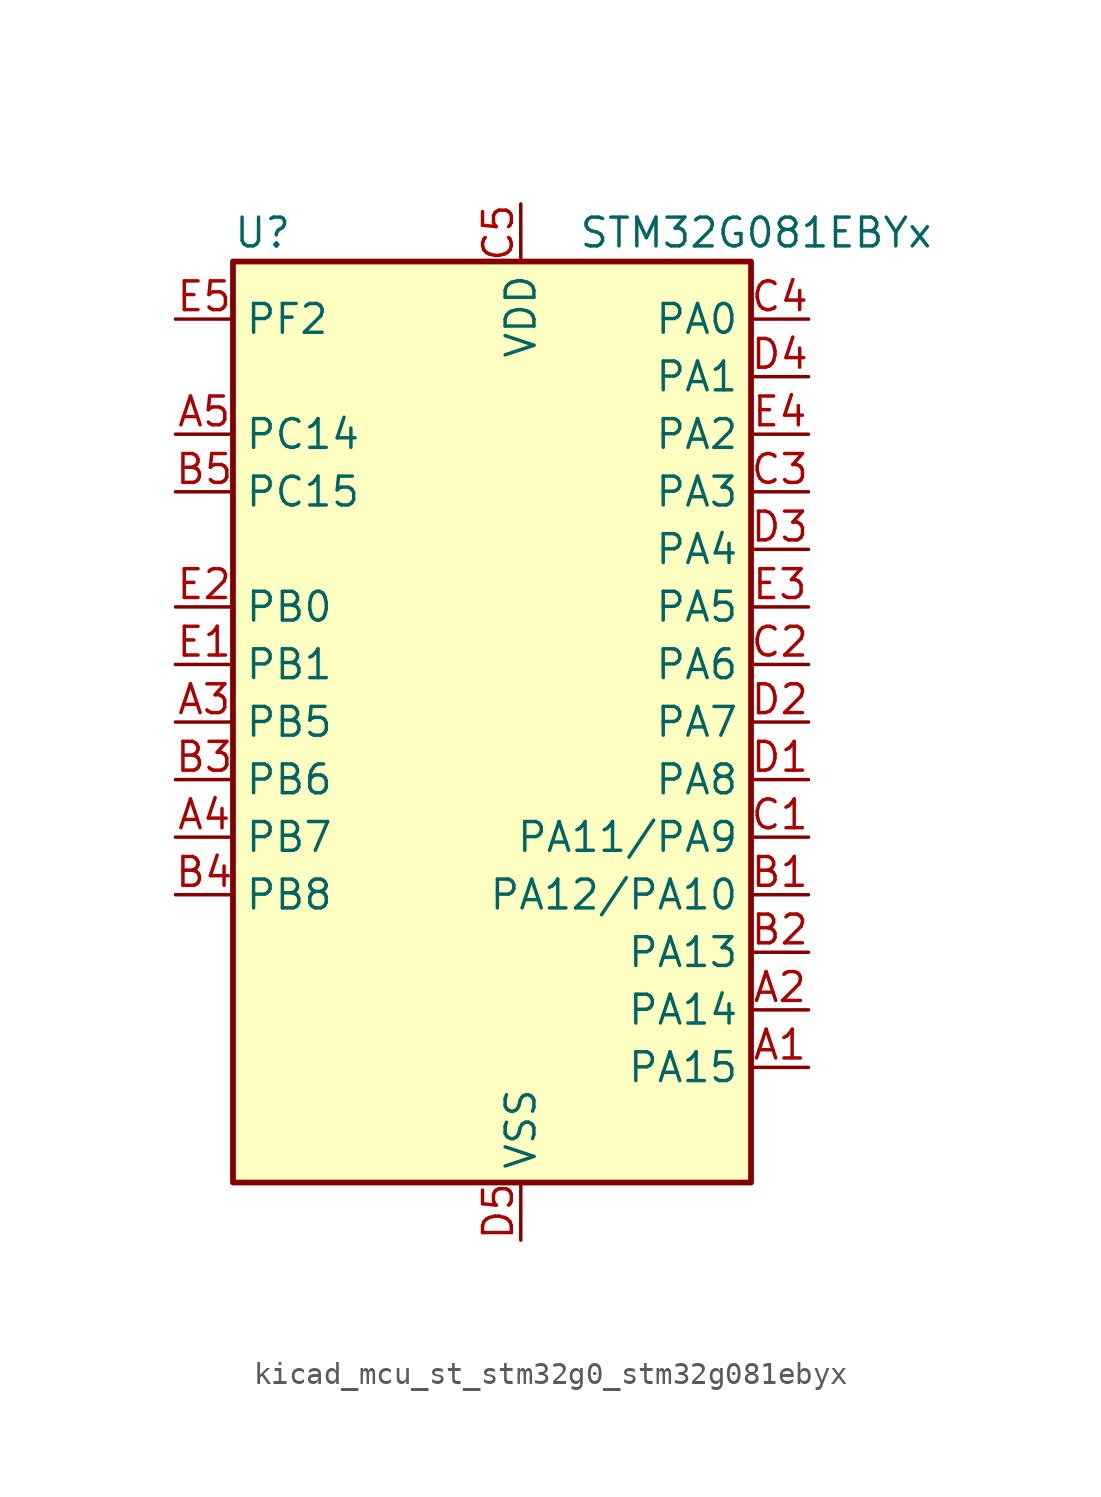
<source format=kicad_sym>
(kicad_symbol_lib
  (version 20220914)
  (generator kicad_symbol_editor)
  (symbol "kicad_mcu_st_stm32g0_stm32g081ebyx"
    (property "Reference" "U"
      (at -10.16 21.59 0)
      (effects (font (size 1.27 1.27)) (justify left)))
    (property "Value" "STM32G081EBYx"
      (at 5.08 21.59 0)
      (effects (font (size 1.27 1.27)) (justify left)))
    (property "ki_locked" ""
      (at 0 0 0)
      (effects (font (size 1.27 1.27))))
    (symbol "kicad_mcu_st_stm32g0_stm32g081ebyx_0_1"
      (rectangle (start -10.16 -20.32) (end 12.7 20.32) (stroke (width 0.254) (type default)) (fill (type background))))
    (symbol "kicad_mcu_st_stm32g0_stm32g081ebyx_1_1"
      (pin bidirectional line (at 15.24 -15.24 180) (length 2.54) (name "PA15" (effects (font (size 1.27 1.27)))) (number "A1" (effects (font (size 1.27 1.27)))) (alternate "I2S1_WS" bidirectional line) (alternate "SPI1_NSS" bidirectional line) (alternate "TIM2_CH1" bidirectional line) (alternate "TIM2_ETR" bidirectional line) (alternate "USART2_RX" bidirectional line) (alternate "USART3_CK" bidirectional line) (alternate "USART3_DE" bidirectional line) (alternate "USART3_RTS" bidirectional line) (alternate "USART4_CK" bidirectional line) (alternate "USART4_DE" bidirectional line) (alternate "USART4_RTS" bidirectional line))
      (pin bidirectional line (at 15.24 -12.7 180) (length 2.54) (name "PA14" (effects (font (size 1.27 1.27)))) (number "A2" (effects (font (size 1.27 1.27)))) (alternate "SYS_SWCLK" bidirectional line) (alternate "USART2_TX" bidirectional line))
      (pin bidirectional line (at -12.7 0 0) (length 2.54) (name "PB5" (effects (font (size 1.27 1.27)))) (number "A3" (effects (font (size 1.27 1.27)))) (alternate "COMP2_OUT" bidirectional line) (alternate "I2C1_SMBA" bidirectional line) (alternate "I2S1_SD" bidirectional line) (alternate "LPTIM1_IN1" bidirectional line) (alternate "SPI1_MOSI" bidirectional line) (alternate "SYS_WKUP6" bidirectional line) (alternate "TIM16_BK" bidirectional line) (alternate "TIM3_CH2" bidirectional line))
      (pin bidirectional line (at -12.7 -5.08 0) (length 2.54) (name "PB7" (effects (font (size 1.27 1.27)))) (number "A4" (effects (font (size 1.27 1.27)))) (alternate "COMP2_INM" bidirectional line) (alternate "I2C1_SDA" bidirectional line) (alternate "LPTIM1_IN2" bidirectional line) (alternate "SPI2_MOSI" bidirectional line) (alternate "SYS_PVD_IN" bidirectional line) (alternate "TIM17_CH1N" bidirectional line) (alternate "USART1_RX" bidirectional line) (alternate "USART4_CTS" bidirectional line) (alternate "USART4_NSS" bidirectional line))
      (pin bidirectional line (at -12.7 12.7 0) (length 2.54) (name "PC14" (effects (font (size 1.27 1.27)))) (number "A5" (effects (font (size 1.27 1.27)))) (alternate "RCC_OSC32_IN" bidirectional line) (alternate "RCC_OSC_IN" bidirectional line) (alternate "TIM1_BK2" bidirectional line))
      (pin bidirectional line (at 15.24 -7.62 180) (length 2.54) (name "PA12/PA10" (effects (font (size 1.27 1.27)))) (number "B1" (effects (font (size 1.27 1.27)))) (alternate "COMP2_OUT" bidirectional line) (alternate "I2C2_SDA" bidirectional line) (alternate "I2S1_SD" bidirectional line) (alternate "I2S_CKIN" bidirectional line) (alternate "SPI1_MOSI" bidirectional line) (alternate "TIM1_ETR" bidirectional line) (alternate "USART1_CK" bidirectional line) (alternate "USART1_DE" bidirectional line) (alternate "USART1_RTS" bidirectional line))
      (pin bidirectional line (at 15.24 -10.16 180) (length 2.54) (name "PA13" (effects (font (size 1.27 1.27)))) (number "B2" (effects (font (size 1.27 1.27)))) (alternate "IR_OUT" bidirectional line) (alternate "SYS_SWDIO" bidirectional line))
      (pin bidirectional line (at -12.7 -2.54 0) (length 2.54) (name "PB6" (effects (font (size 1.27 1.27)))) (number "B3" (effects (font (size 1.27 1.27)))) (alternate "COMP2_INP" bidirectional line) (alternate "I2C1_SCL" bidirectional line) (alternate "LPTIM1_ETR" bidirectional line) (alternate "SPI2_MISO" bidirectional line) (alternate "TIM16_CH1N" bidirectional line) (alternate "TIM1_CH3" bidirectional line) (alternate "USART1_TX" bidirectional line))
      (pin bidirectional line (at -12.7 -7.62 0) (length 2.54) (name "PB8" (effects (font (size 1.27 1.27)))) (number "B4" (effects (font (size 1.27 1.27)))) (alternate "CEC" bidirectional line) (alternate "I2C1_SCL" bidirectional line) (alternate "SPI2_SCK" bidirectional line) (alternate "TIM15_BK" bidirectional line) (alternate "TIM16_CH1" bidirectional line) (alternate "USART3_TX" bidirectional line))
      (pin bidirectional line (at -12.7 10.16 0) (length 2.54) (name "PC15" (effects (font (size 1.27 1.27)))) (number "B5" (effects (font (size 1.27 1.27)))) (alternate "RCC_OSC32_EN" bidirectional line) (alternate "RCC_OSC32_OUT" bidirectional line) (alternate "RCC_OSC_EN" bidirectional line) (alternate "TIM15_BK" bidirectional line))
      (pin bidirectional line (at 15.24 -5.08 180) (length 2.54) (name "PA11/PA9" (effects (font (size 1.27 1.27)))) (number "C1" (effects (font (size 1.27 1.27)))) (alternate "ADC1_EXTI11" bidirectional line) (alternate "COMP1_OUT" bidirectional line) (alternate "I2C2_SCL" bidirectional line) (alternate "I2S1_MCK" bidirectional line) (alternate "SPI1_MISO" bidirectional line) (alternate "TIM1_BK2" bidirectional line) (alternate "TIM1_CH4" bidirectional line) (alternate "USART1_CTS" bidirectional line) (alternate "USART1_NSS" bidirectional line))
      (pin bidirectional line (at 15.24 2.54 180) (length 2.54) (name "PA6" (effects (font (size 1.27 1.27)))) (number "C2" (effects (font (size 1.27 1.27)))) (alternate "ADC1_IN6" bidirectional line) (alternate "COMP1_OUT" bidirectional line) (alternate "I2S1_MCK" bidirectional line) (alternate "LPUART1_CTS" bidirectional line) (alternate "SPI1_MISO" bidirectional line) (alternate "TIM16_CH1" bidirectional line) (alternate "TIM1_BK" bidirectional line) (alternate "TIM3_CH1" bidirectional line) (alternate "USART3_CTS" bidirectional line) (alternate "USART3_NSS" bidirectional line))
      (pin bidirectional line (at 15.24 10.16 180) (length 2.54) (name "PA3" (effects (font (size 1.27 1.27)))) (number "C3" (effects (font (size 1.27 1.27)))) (alternate "ADC1_IN3" bidirectional line) (alternate "COMP2_INP" bidirectional line) (alternate "LPUART1_RX" bidirectional line) (alternate "SPI2_MISO" bidirectional line) (alternate "TIM15_CH2" bidirectional line) (alternate "TIM2_CH4" bidirectional line) (alternate "USART2_RX" bidirectional line))
      (pin bidirectional line (at 15.24 17.78 180) (length 2.54) (name "PA0" (effects (font (size 1.27 1.27)))) (number "C4" (effects (font (size 1.27 1.27)))) (alternate "ADC1_IN0" bidirectional line) (alternate "COMP1_INM" bidirectional line) (alternate "COMP1_OUT" bidirectional line) (alternate "LPTIM1_OUT" bidirectional line) (alternate "RTC_TAMP_IN2" bidirectional line) (alternate "SPI2_SCK" bidirectional line) (alternate "SYS_WKUP1" bidirectional line) (alternate "TIM2_CH1" bidirectional line) (alternate "TIM2_ETR" bidirectional line) (alternate "USART2_CTS" bidirectional line) (alternate "USART2_NSS" bidirectional line) (alternate "USART4_TX" bidirectional line))
      (pin power_in line (at 2.54 22.86 270) (length 2.54) (name "VDD" (effects (font (size 1.27 1.27)))) (number "C5" (effects (font (size 1.27 1.27)))))
      (pin bidirectional line (at 15.24 -2.54 180) (length 2.54) (name "PA8" (effects (font (size 1.27 1.27)))) (number "D1" (effects (font (size 1.27 1.27)))) (alternate "LPTIM2_OUT" bidirectional line) (alternate "RCC_MCO" bidirectional line) (alternate "SPI2_NSS" bidirectional line) (alternate "TIM1_CH1" bidirectional line) (alternate "UCPD1_CC1" bidirectional line))
      (pin bidirectional line (at 15.24 0 180) (length 2.54) (name "PA7" (effects (font (size 1.27 1.27)))) (number "D2" (effects (font (size 1.27 1.27)))) (alternate "ADC1_IN7" bidirectional line) (alternate "COMP2_OUT" bidirectional line) (alternate "I2S1_SD" bidirectional line) (alternate "SPI1_MOSI" bidirectional line) (alternate "TIM14_CH1" bidirectional line) (alternate "TIM17_CH1" bidirectional line) (alternate "TIM1_CH1N" bidirectional line) (alternate "TIM3_CH2" bidirectional line) (alternate "UCPD1_FRSTX1" bidirectional line) (alternate "UCPD1_FRSTX2" bidirectional line))
      (pin bidirectional line (at 15.24 7.62 180) (length 2.54) (name "PA4" (effects (font (size 1.27 1.27)))) (number "D3" (effects (font (size 1.27 1.27)))) (alternate "ADC1_IN4" bidirectional line) (alternate "DAC1_OUT1" bidirectional line) (alternate "I2S1_WS" bidirectional line) (alternate "LPTIM2_OUT" bidirectional line) (alternate "RTC_OUT_ALARM" bidirectional line) (alternate "RTC_OUT_CALIB" bidirectional line) (alternate "RTC_TAMP_IN1" bidirectional line) (alternate "RTC_TS" bidirectional line) (alternate "SPI1_NSS" bidirectional line) (alternate "SPI2_MOSI" bidirectional line) (alternate "SYS_WKUP2" bidirectional line) (alternate "TIM14_CH1" bidirectional line))
      (pin bidirectional line (at 15.24 15.24 180) (length 2.54) (name "PA1" (effects (font (size 1.27 1.27)))) (number "D4" (effects (font (size 1.27 1.27)))) (alternate "ADC1_IN1" bidirectional line) (alternate "COMP1_INP" bidirectional line) (alternate "I2C1_SMBA" bidirectional line) (alternate "I2S1_CK" bidirectional line) (alternate "SPI1_SCK" bidirectional line) (alternate "TIM15_CH1N" bidirectional line) (alternate "TIM2_CH2" bidirectional line) (alternate "USART2_CK" bidirectional line) (alternate "USART2_DE" bidirectional line) (alternate "USART2_RTS" bidirectional line) (alternate "USART4_RX" bidirectional line))
      (pin power_in line (at 2.54 -22.86 90) (length 2.54) (name "VSS" (effects (font (size 1.27 1.27)))) (number "D5" (effects (font (size 1.27 1.27)))))
      (pin bidirectional line (at -12.7 2.54 0) (length 2.54) (name "PB1" (effects (font (size 1.27 1.27)))) (number "E1" (effects (font (size 1.27 1.27)))) (alternate "ADC1_IN9" bidirectional line) (alternate "COMP1_INM" bidirectional line) (alternate "LPTIM2_IN1" bidirectional line) (alternate "LPUART1_DE" bidirectional line) (alternate "LPUART1_RTS" bidirectional line) (alternate "TIM14_CH1" bidirectional line) (alternate "TIM1_CH3N" bidirectional line) (alternate "TIM3_CH4" bidirectional line) (alternate "USART3_CK" bidirectional line) (alternate "USART3_DE" bidirectional line) (alternate "USART3_RTS" bidirectional line))
      (pin bidirectional line (at -12.7 5.08 0) (length 2.54) (name "PB0" (effects (font (size 1.27 1.27)))) (number "E2" (effects (font (size 1.27 1.27)))) (alternate "ADC1_IN8" bidirectional line) (alternate "COMP1_OUT" bidirectional line) (alternate "I2S1_WS" bidirectional line) (alternate "LPTIM1_OUT" bidirectional line) (alternate "SPI1_NSS" bidirectional line) (alternate "TIM1_CH2N" bidirectional line) (alternate "TIM3_CH3" bidirectional line) (alternate "UCPD1_FRSTX1" bidirectional line) (alternate "UCPD1_FRSTX2" bidirectional line) (alternate "USART3_RX" bidirectional line))
      (pin bidirectional line (at 15.24 5.08 180) (length 2.54) (name "PA5" (effects (font (size 1.27 1.27)))) (number "E3" (effects (font (size 1.27 1.27)))) (alternate "ADC1_IN5" bidirectional line) (alternate "CEC" bidirectional line) (alternate "DAC1_OUT2" bidirectional line) (alternate "I2S1_CK" bidirectional line) (alternate "LPTIM2_ETR" bidirectional line) (alternate "SPI1_SCK" bidirectional line) (alternate "TIM2_CH1" bidirectional line) (alternate "TIM2_ETR" bidirectional line) (alternate "UCPD1_FRSTX1" bidirectional line) (alternate "UCPD1_FRSTX2" bidirectional line) (alternate "USART3_TX" bidirectional line))
      (pin bidirectional line (at 15.24 12.7 180) (length 2.54) (name "PA2" (effects (font (size 1.27 1.27)))) (number "E4" (effects (font (size 1.27 1.27)))) (alternate "ADC1_IN2" bidirectional line) (alternate "COMP2_INM" bidirectional line) (alternate "COMP2_OUT" bidirectional line) (alternate "I2S1_SD" bidirectional line) (alternate "LPUART1_TX" bidirectional line) (alternate "RCC_LSCO" bidirectional line) (alternate "SPI1_MOSI" bidirectional line) (alternate "SYS_WKUP4" bidirectional line) (alternate "TIM15_CH1" bidirectional line) (alternate "TIM2_CH3" bidirectional line) (alternate "UCPD1_FRSTX1" bidirectional line) (alternate "UCPD1_FRSTX2" bidirectional line) (alternate "USART2_TX" bidirectional line))
      (pin bidirectional line (at -12.7 17.78 0) (length 2.54) (name "PF2" (effects (font (size 1.27 1.27)))) (number "E5" (effects (font (size 1.27 1.27)))) (alternate "RCC_MCO" bidirectional line)))))
</source>
